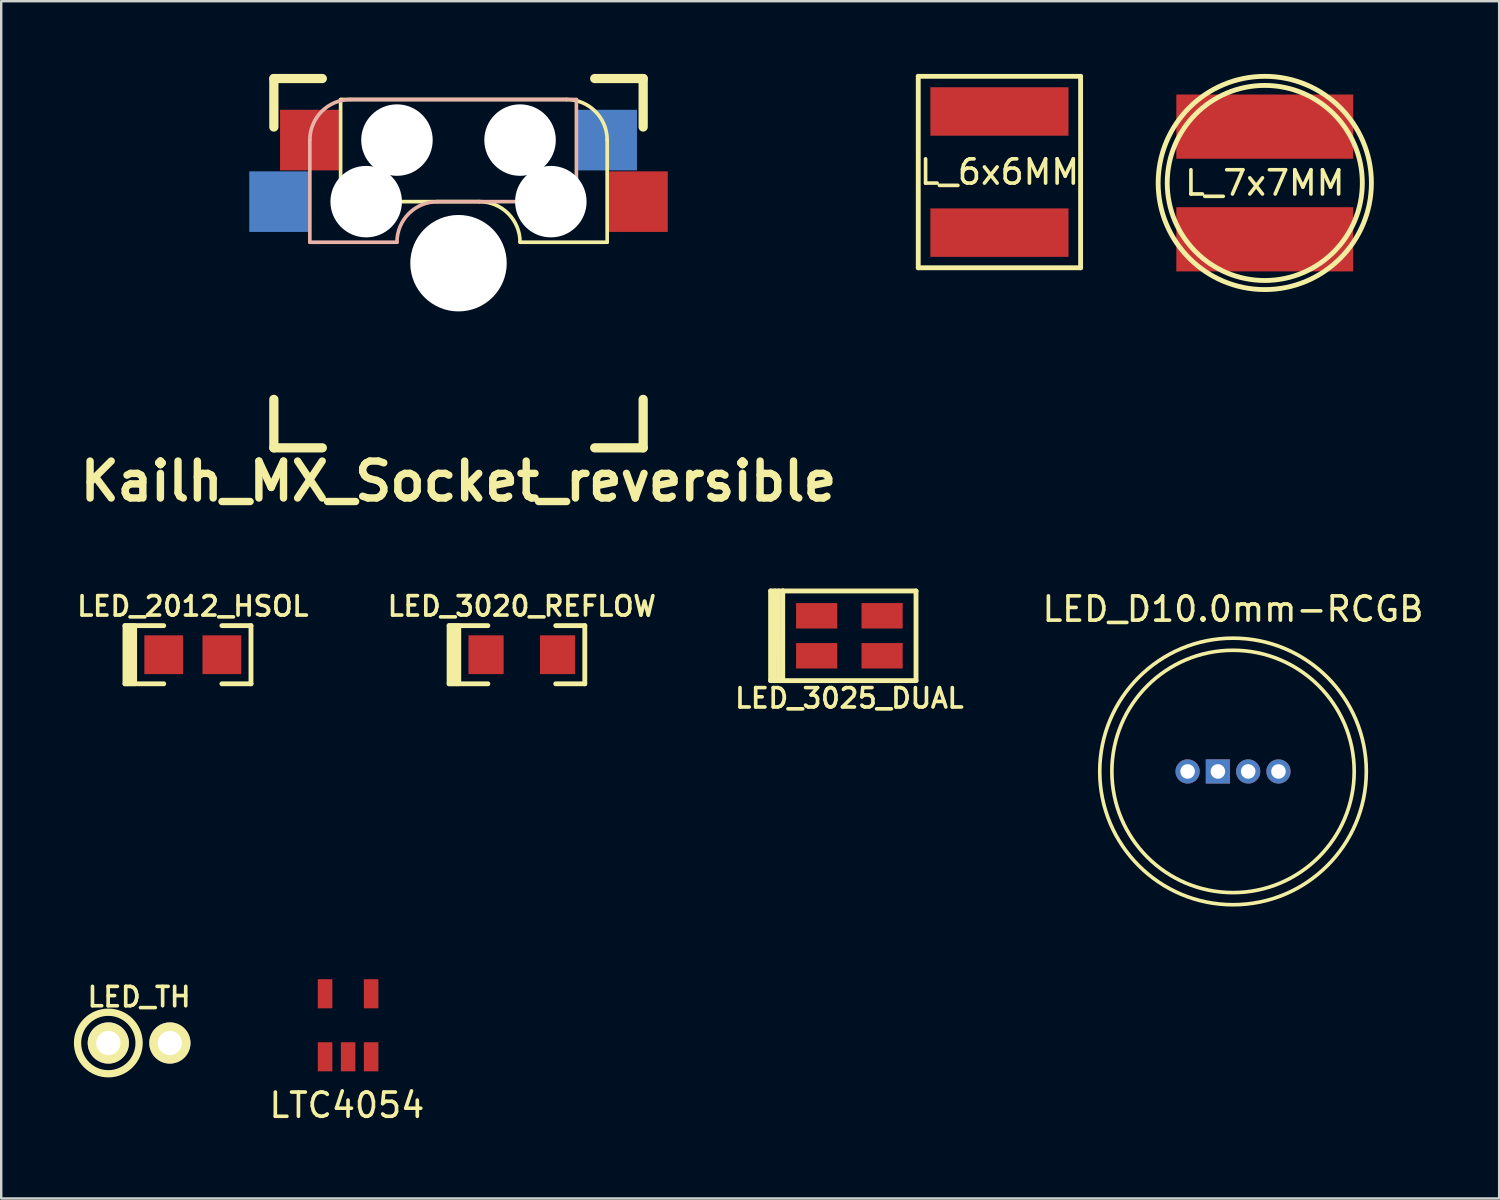
<source format=kicad_pcb>
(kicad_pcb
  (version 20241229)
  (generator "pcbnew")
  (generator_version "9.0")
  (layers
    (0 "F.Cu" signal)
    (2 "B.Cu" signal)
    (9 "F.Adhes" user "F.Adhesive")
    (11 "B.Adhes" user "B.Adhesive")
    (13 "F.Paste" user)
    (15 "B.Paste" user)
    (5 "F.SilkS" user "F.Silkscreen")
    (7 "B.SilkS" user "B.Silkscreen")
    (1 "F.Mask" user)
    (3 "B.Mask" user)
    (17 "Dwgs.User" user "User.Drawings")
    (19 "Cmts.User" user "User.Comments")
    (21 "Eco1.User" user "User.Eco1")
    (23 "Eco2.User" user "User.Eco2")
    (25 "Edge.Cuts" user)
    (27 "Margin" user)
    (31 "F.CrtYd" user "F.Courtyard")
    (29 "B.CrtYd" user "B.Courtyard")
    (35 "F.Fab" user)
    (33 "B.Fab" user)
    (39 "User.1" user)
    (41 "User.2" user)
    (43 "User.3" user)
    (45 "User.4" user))
  (footprint "LED_3020_REFLOW"
    (layer "F.Cu")
    (at 18.483 23.968)
    (property "Reference" "LED_3020_REFLOW" (at 0 -2 0) (layer "F.SilkS") (effects (font (size 0.8 0.8) (thickness 0.15))))
    (attr smd)
    (fp_line (start -3 -1.2) (end -3 1.2) (stroke (width 0.2) (type solid)) (layer "F.SilkS"))
    (fp_line (start -3 1.2) (end -1.4 1.2) (stroke (width 0.2) (type solid)) (layer "F.SilkS"))
    (fp_line (start -2.9 -1.2) (end -2.9 1.2) (stroke (width 0.2) (type solid)) (layer "F.SilkS"))
    (fp_line (start -2.8 1.2) (end -2.8 -1.2) (stroke (width 0.2) (type solid)) (layer "F.SilkS"))
    (fp_line (start -2.7 -1.2) (end -2.7 1.2) (stroke (width 0.2) (type solid)) (layer "F.SilkS"))
    (fp_line (start -2.6 -1.2) (end -2.6 1.2) (stroke (width 0.2) (type solid)) (layer "F.SilkS"))
    (fp_line (start -1.4 -1.2) (end -3 -1.2) (stroke (width 0.2) (type solid)) (layer "F.SilkS"))
    (fp_line (start 1.4 -1.2) (end 2.6 -1.2) (stroke (width 0.2) (type solid)) (layer "F.SilkS"))
    (fp_line (start 2.6 -1.2) (end 2.6 1.2) (stroke (width 0.2) (type solid)) (layer "F.SilkS"))
    (fp_line (start 2.6 1.2) (end 1.4 1.2) (stroke (width 0.2) (type solid)) (layer "F.SilkS"))
    (pad "1" smd rect (at -1.475 0) (size 1.45 1.6) (layers "F.Cu" "F.Mask" "F.Paste"))
    (pad "2" smd rect (at 1.475 0) (size 1.45 1.6) (layers "F.Cu" "F.Mask" "F.Paste")))
  (footprint "LED_3025_DUAL"
    (layer "F.Cu")
    (at 32.001 23.187)
    (property "Reference" "LED_3025_DUAL" (at 0 2.575 0) (layer "F.SilkS") (effects (font (size 0.8 0.8) (thickness 0.15))))
    (attr through_hole)
    (fp_line (start -3.25 -1.85) (end -2.75 -1.85) (stroke (width 0.2) (type solid)) (layer "F.SilkS"))
    (fp_line (start -3.25 1.85) (end -3.25 -1.85) (stroke (width 0.2) (type solid)) (layer "F.SilkS"))
    (fp_line (start -3.1 1.85) (end -3.075 -1.85) (stroke (width 0.2) (type solid)) (layer "F.SilkS"))
    (fp_line (start -2.925 -1.85) (end -2.925 1.85) (stroke (width 0.2) (type solid)) (layer "F.SilkS"))
    (fp_line (start -2.75 -1.85) (end 2.75 -1.85) (stroke (width 0.2) (type solid)) (layer "F.SilkS"))
    (fp_line (start -2.75 1.85) (end -3.25 1.85) (stroke (width 0.2) (type solid)) (layer "F.SilkS"))
    (fp_line (start -2.75 1.85) (end -2.75 -1.85) (stroke (width 0.2) (type solid)) (layer "F.SilkS"))
    (fp_line (start 2.75 -1.85) (end 2.75 1.85) (stroke (width 0.2) (type solid)) (layer "F.SilkS"))
    (fp_line (start 2.75 1.85) (end -2.75 1.85) (stroke (width 0.2) (type solid)) (layer "F.SilkS"))
    (pad "1" smd rect (at -1.35 -0.825) (size 1.7 1.05) (layers "F.Cu" "F.Mask" "F.Paste"))
    (pad "2" smd rect (at 1.35 -0.825) (size 1.7 1.05) (layers "F.Cu" "F.Mask" "F.Paste"))
    (pad "3" smd rect (at -1.35 0.825) (size 1.7 1.05) (layers "F.Cu" "F.Mask" "F.Paste"))
    (pad "4" smd rect (at 1.35 0.825) (size 1.7 1.05) (layers "F.Cu" "F.Mask" "F.Paste")))
  (footprint "LED_2012_HSOL"
    (layer "F.Cu")
    (at 4.907 23.968)
    (property "Reference" "LED_2012_HSOL" (at 0 -2 0) (layer "F.SilkS") (effects (font (size 0.8 0.8) (thickness 0.15))))
    (attr smd)
    (fp_line (start -2.8 -1.2) (end -2.8 1.2) (stroke (width 0.2) (type solid)) (layer "F.SilkS"))
    (fp_line (start -2.8 1.2) (end -1.2 1.2) (stroke (width 0.2) (type solid)) (layer "F.SilkS"))
    (fp_line (start -2.7 -1.2) (end -2.7 1.2) (stroke (width 0.2) (type solid)) (layer "F.SilkS"))
    (fp_line (start -2.6 1.2) (end -2.6 -1.2) (stroke (width 0.2) (type solid)) (layer "F.SilkS"))
    (fp_line (start -2.5 -1.2) (end -2.5 1.2) (stroke (width 0.2) (type solid)) (layer "F.SilkS"))
    (fp_line (start -2.4 -1.2) (end -2.4 1.2) (stroke (width 0.2) (type solid)) (layer "F.SilkS"))
    (fp_line (start -1.2 -1.2) (end -2.8 -1.2) (stroke (width 0.2) (type solid)) (layer "F.SilkS"))
    (fp_line (start 1.2 -1.2) (end 2.4 -1.2) (stroke (width 0.2) (type solid)) (layer "F.SilkS"))
    (fp_line (start 2.4 -1.2) (end 2.4 1.2) (stroke (width 0.2) (type solid)) (layer "F.SilkS"))
    (fp_line (start 2.4 1.2) (end 1.2 1.2) (stroke (width 0.2) (type solid)) (layer "F.SilkS"))
    (pad "1" smd rect (at -1.1 0) (size 1.6 1.6) (drill (offset -0.1 0)) (layers "F.Cu" "F.Mask" "F.Paste"))
    (pad "2" smd rect (at 1.1 0) (size 1.6 1.6) (drill (offset 0.1 0)) (layers "F.Cu" "F.Mask" "F.Paste")))
  (footprint "LED_TH"
    (layer "F.Cu")
    (at 2.69 39.991)
    (property "Reference" "LED_TH" (at 0 -1.9 0) (layer "F.SilkS") (effects (font (size 0.8 0.8) (thickness 0.15))))
    (attr through_hole)
    (fp_circle (center -1.27 0) (end -1.27 -1.27) (stroke (width 0.3) (type solid)) (fill no) (layer "F.SilkS"))
    (pad "1" thru_hole circle (at -1.27 0) (size 1.7 1.7) (drill 1) (layers "*.Cu" "*.Mask" "F.SilkS"))
    (pad "2" thru_hole circle (at 1.27 0) (size 1.7 1.7) (drill 1) (layers "*.Cu" "*.Mask" "F.SilkS")))
  (footprint "LTC4054"
    (layer "F.Cu")
    (at 11.315 39.26)
    (property "Reference" "LTC4054" (at -0.05 3.3 0) (layer "F.SilkS") (effects (font (size 1 1) (thickness 0.15))))
    (attr through_hole)
    (pad "1" smd rect (at -0.95 1.3) (size 0.6 1.2) (layers "F.Cu" "F.Mask" "F.Paste"))
    (pad "2" smd rect (at 0 1.3) (size 0.6 1.2) (layers "F.Cu" "F.Mask" "F.Paste"))
    (pad "3" smd rect (at 0.95 1.3) (size 0.6 1.2) (layers "F.Cu" "F.Mask" "F.Paste"))
    (pad "4" smd rect (at 0.95 -1.3) (size 0.6 1.2) (layers "F.Cu" "F.Mask" "F.Paste"))
    (pad "5" smd rect (at -0.95 -1.3) (size 0.6 1.2) (layers "F.Cu" "F.Mask" "F.Paste")))
  (footprint "L_6x6MM"
    (layer "F.Cu")
    (at 38.193 4.05)
    (property "Reference" "L_6x6MM" (at 0 0 0) (layer "F.SilkS") (effects (font (size 1 1) (thickness 0.15))))
    (attr through_hole)
    (fp_line (start -3.35 -3.95) (end -3.35 3.95) (stroke (width 0.2) (type solid)) (layer "F.SilkS"))
    (fp_line (start -3.35 -3.95) (end 3.35 -3.95) (stroke (width 0.2) (type solid)) (layer "F.SilkS"))
    (fp_line (start -3.35 3.95) (end 3.35 3.95) (stroke (width 0.2) (type solid)) (layer "F.SilkS"))
    (fp_line (start 3.35 3.95) (end 3.35 -3.95) (stroke (width 0.2) (type solid)) (layer "F.SilkS"))
    (pad "1" smd rect (at 0 2.5) (size 5.7 2) (layers "F.Cu" "F.Mask" "F.Paste"))
    (pad "2" smd rect (at 0 -2.5) (size 5.7 2) (layers "F.Cu" "F.Mask" "F.Paste")))
  (footprint "Kailh_MX_Socket_reversible"
    (layer "F.Cu")
    (at 15.871 7.811)
    (property "Reference" "Kailh_MX_Socket_reversible" (at 0 9 0) (layer "F.SilkS") (effects (font (size 1.524 1.524) (thickness 0.305))))
    (attr through_hole)
    (fp_line (start -7.62 -7.62) (end -5.62 -7.62) (stroke (width 0.381) (type solid)) (layer "F.SilkS"))
    (fp_line (start -7.62 -5.62) (end -7.62 -7.62) (stroke (width 0.381) (type solid)) (layer "F.SilkS"))
    (fp_line (start -7.62 5.62) (end -7.62 7.62) (stroke (width 0.381) (type solid)) (layer "F.SilkS"))
    (fp_line (start -7.62 7.62) (end -5.62 7.62) (stroke (width 0.381) (type solid)) (layer "F.SilkS"))
    (fp_line (start -4.865 -6.75) (end -4.865 -2.54) (stroke (width 0.15) (type solid)) (layer "F.SilkS"))
    (fp_line (start 0.865 -2.54) (end -4.865 -2.54) (stroke (width 0.15) (type solid)) (layer "F.SilkS"))
    (fp_line (start 4.46 -6.755) (end -4.865 -6.755) (stroke (width 0.15) (type solid)) (layer "F.SilkS"))
    (fp_line (start 5.62 -7.62) (end 7.62 -7.62) (stroke (width 0.381) (type solid)) (layer "F.SilkS"))
    (fp_line (start 5.62 7.62) (end 7.62 7.62) (stroke (width 0.381) (type solid)) (layer "F.SilkS"))
    (fp_line (start 6.135 -5.08) (end 6.135 -0.865) (stroke (width 0.15) (type solid)) (layer "F.SilkS"))
    (fp_line (start 6.135 -0.865) (end 2.54 -0.865) (stroke (width 0.15) (type solid)) (layer "F.SilkS"))
    (fp_line (start 7.62 -7.62) (end 7.62 -5.62) (stroke (width 0.381) (type solid)) (layer "F.SilkS"))
    (fp_line (start 7.62 5.62) (end 7.62 7.62) (stroke (width 0.381) (type solid)) (layer "F.SilkS"))
    (fp_arc (start 0.865 -2.54) (mid 2.049404 -2.049404) (end 2.54 -0.865) (stroke (width 0.15) (type solid)) (layer "F.SilkS"))
    (fp_arc (start 4.46 -6.755) (mid 5.644404 -6.264404) (end 6.135 -5.08) (stroke (width 0.15) (type solid)) (layer "F.SilkS"))
    (fp_line (start -6.135 -5.08) (end -6.135 -0.865) (stroke (width 0.15) (type solid)) (layer "B.SilkS"))
    (fp_line (start -6.135 -0.865) (end -2.54 -0.865) (stroke (width 0.15) (type solid)) (layer "B.SilkS"))
    (fp_line (start -4.46 -6.755) (end 4.865 -6.755) (stroke (width 0.15) (type solid)) (layer "B.SilkS"))
    (fp_line (start -0.865 -2.54) (end 4.865 -2.54) (stroke (width 0.15) (type solid)) (layer "B.SilkS"))
    (fp_line (start 4.865 -6.75) (end 4.865 -2.54) (stroke (width 0.15) (type solid)) (layer "B.SilkS"))
    (fp_arc (start -6.135 -5.08) (mid -5.644404 -6.264404) (end -4.46 -6.755) (stroke (width 0.15) (type solid)) (layer "B.SilkS"))
    (fp_arc (start -2.54 -0.865) (mid -2.049404 -2.049404) (end -0.865 -2.54) (stroke (width 0.15) (type solid)) (layer "B.SilkS"))
    (pad "" np_thru_hole circle (at -3.81 -2.54) (size 2.95 2.95) (drill 2.95) (layers "*.Cu" "*.Mask"))
    (pad "" np_thru_hole circle (at -2.54 -5.08) (size 2.95 2.95) (drill 2.95) (layers "*.Cu" "*.Mask"))
    (pad "" np_thru_hole circle (at 0 0) (size 3.98 3.98) (drill 3.98) (layers "*.Cu" "*.Mask"))
    (pad "" np_thru_hole circle (at 2.54 -5.08) (size 2.95 2.95) (drill 2.95) (layers "*.Cu" "*.Mask"))
    (pad "" np_thru_hole circle (at 3.81 -2.54) (size 2.95 2.95) (drill 2.95) (layers "*.Cu" "*.Mask"))
    (pad "1" smd rect (at -7.36 -2.54) (size 2.55 2.5) (layers "B.Cu" "B.Mask" "B.Paste"))
    (pad "1" smd rect (at 7.36 -2.54) (size 2.55 2.5) (layers "F.Cu" "F.Mask" "F.Paste"))
    (pad "2" smd rect (at -6.09 -5.08) (size 2.55 2.5) (layers "F.Cu" "F.Mask" "F.Paste"))
    (pad "2" smd rect (at 6.09 -5.08) (size 2.55 2.5) (layers "B.Cu" "B.Mask" "B.Paste")))
  (footprint "LED_D10.0mm-RCGB"
    (layer "F.Cu")
    (at 47.833 28.785)
    (property "Reference" "LED_D10.0mm-RCGB" (at 0 -6.7 0) (layer "F.SilkS") (effects (font (size 1 1) (thickness 0.15))))
    (attr through_hole)
    (fp_circle (center 0 0) (end 0 -5.5) (stroke (width 0.15) (type solid)) (fill no) (layer "F.SilkS"))
    (fp_circle (center 0 0) (end 0 -5) (stroke (width 0.15) (type solid)) (fill no) (layer "F.SilkS"))
    (pad "1" thru_hole circle (at -1.875 0) (size 1 1) (drill 0.6) (layers "*.Cu" "*.Mask"))
    (pad "2" thru_hole rect (at -0.625 0) (size 1 1) (drill 0.6) (layers "*.Cu" "*.Mask"))
    (pad "3" thru_hole circle (at 0.625 0) (size 1 1) (drill 0.6) (layers "*.Cu" "*.Mask"))
    (pad "4" thru_hole circle (at 1.875 0) (size 1 1) (drill 0.6) (layers "*.Cu" "*.Mask")))
  (footprint "L_7x7MM"
    (layer "F.Cu")
    (at 49.143 4.5)
    (property "Reference" "L_7x7MM" (at 0 0 0) (layer "F.SilkS") (effects (font (size 1 1) (thickness 0.15))))
    (attr through_hole)
    (fp_circle (center 0 0) (end -4.4 0) (stroke (width 0.2) (type solid)) (fill no) (layer "F.SilkS"))
    (fp_circle (center 0 0) (end 4.025 0) (stroke (width 0.2) (type solid)) (fill no) (layer "F.SilkS"))
    (pad "1" smd rect (at 0 2.325) (size 7.3 2.65) (layers "F.Cu" "F.Mask" "F.Paste"))
    (pad "2" smd rect (at 0 -2.325) (size 7.3 2.65) (layers "F.Cu" "F.Mask" "F.Paste")))
  (gr_rect
    (start -3 -3)
    (end 58.815 46.408)
    (stroke (width 0.1) (type default))
    (fill no)
    (layer "Edge.Cuts")))
</source>
